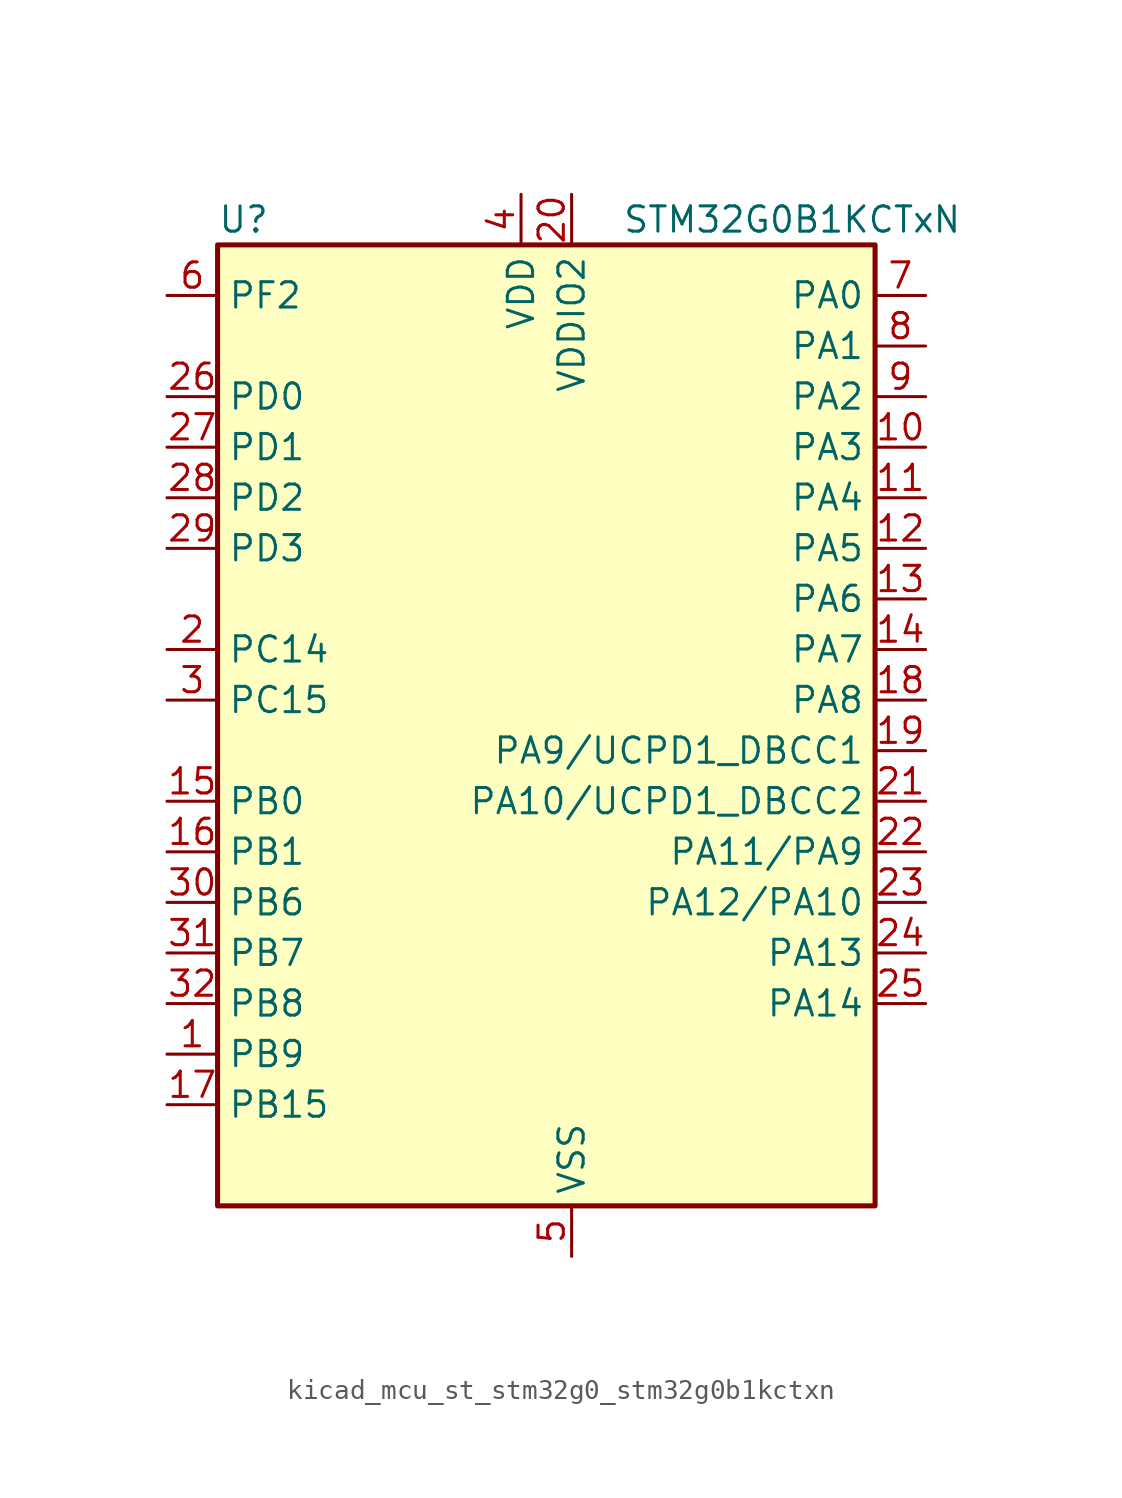
<source format=kicad_sym>
(kicad_symbol_lib
  (version 20220914)
  (generator kicad_symbol_editor)
  (symbol "kicad_mcu_st_stm32g0_stm32g0b1kctxn"
    (property "Reference" "U"
      (at -15.24 26.67 0)
      (effects (font (size 1.27 1.27)) (justify left)))
    (property "Value" "STM32G0B1KCTxN"
      (at 5.08 26.67 0)
      (effects (font (size 1.27 1.27)) (justify left)))
    (property "ki_locked" ""
      (at 0 0 0)
      (effects (font (size 1.27 1.27))))
    (symbol "kicad_mcu_st_stm32g0_stm32g0b1kctxn_0_1"
      (rectangle (start -15.24 -22.86) (end 17.78 25.4) (stroke (width 0.254) (type default)) (fill (type background))))
    (symbol "kicad_mcu_st_stm32g0_stm32g0b1kctxn_1_1"
      (pin bidirectional line (at -17.78 -15.24 0) (length 2.54) (name "PB9" (effects (font (size 1.27 1.27)))) (number "1" (effects (font (size 1.27 1.27)))) (alternate "DAC1_EXTI9" bidirectional line) (alternate "FDCAN1_TX" bidirectional line) (alternate "I2C1_SDA" bidirectional line) (alternate "I2S2_WS" bidirectional line) (alternate "IR_OUT" bidirectional line) (alternate "SPI2_NSS" bidirectional line) (alternate "TIM17_CH1" bidirectional line) (alternate "TIM4_CH4" bidirectional line) (alternate "UCPD2_FRSTX1" bidirectional line) (alternate "UCPD2_FRSTX2" bidirectional line) (alternate "USART3_RX" bidirectional line) (alternate "USART6_RX" bidirectional line))
      (pin bidirectional line (at 20.32 15.24 180) (length 2.54) (name "PA3" (effects (font (size 1.27 1.27)))) (number "10" (effects (font (size 1.27 1.27)))) (alternate "ADC1_IN3" bidirectional line) (alternate "COMP2_INP" bidirectional line) (alternate "I2S2_MCK" bidirectional line) (alternate "LPUART1_RX" bidirectional line) (alternate "SPI2_MISO" bidirectional line) (alternate "TIM15_CH2" bidirectional line) (alternate "TIM2_CH4" bidirectional line) (alternate "UCPD2_FRSTX1" bidirectional line) (alternate "UCPD2_FRSTX2" bidirectional line) (alternate "USART2_RX" bidirectional line))
      (pin bidirectional line (at 20.32 12.7 180) (length 2.54) (name "PA4" (effects (font (size 1.27 1.27)))) (number "11" (effects (font (size 1.27 1.27)))) (alternate "ADC1_IN4" bidirectional line) (alternate "DAC1_OUT1" bidirectional line) (alternate "I2S1_WS" bidirectional line) (alternate "I2S2_SD" bidirectional line) (alternate "LPTIM2_OUT" bidirectional line) (alternate "RTC_OUT1" bidirectional line) (alternate "RTC_TAMP_IN1" bidirectional line) (alternate "RTC_TS" bidirectional line) (alternate "SPI1_NSS" bidirectional line) (alternate "SPI2_MOSI" bidirectional line) (alternate "SYS_WKUP2" bidirectional line) (alternate "TIM14_CH1" bidirectional line) (alternate "UCPD2_FRSTX1" bidirectional line) (alternate "UCPD2_FRSTX2" bidirectional line) (alternate "USART6_TX" bidirectional line) (alternate "USB_NOE" bidirectional line))
      (pin bidirectional line (at 20.32 10.16 180) (length 2.54) (name "PA5" (effects (font (size 1.27 1.27)))) (number "12" (effects (font (size 1.27 1.27)))) (alternate "ADC1_IN5" bidirectional line) (alternate "CEC" bidirectional line) (alternate "DAC1_OUT2" bidirectional line) (alternate "I2S1_CK" bidirectional line) (alternate "LPTIM2_ETR" bidirectional line) (alternate "SPI1_SCK" bidirectional line) (alternate "TIM2_CH1" bidirectional line) (alternate "TIM2_ETR" bidirectional line) (alternate "UCPD1_FRSTX1" bidirectional line) (alternate "UCPD1_FRSTX2" bidirectional line) (alternate "USART3_TX" bidirectional line) (alternate "USART6_RX" bidirectional line))
      (pin bidirectional line (at 20.32 7.62 180) (length 2.54) (name "PA6" (effects (font (size 1.27 1.27)))) (number "13" (effects (font (size 1.27 1.27)))) (alternate "ADC1_IN6" bidirectional line) (alternate "COMP1_OUT" bidirectional line) (alternate "I2C2_SDA" bidirectional line) (alternate "I2C3_SDA" bidirectional line) (alternate "I2S1_MCK" bidirectional line) (alternate "LPUART1_CTS" bidirectional line) (alternate "SPI1_MISO" bidirectional line) (alternate "TIM16_CH1" bidirectional line) (alternate "TIM1_BK" bidirectional line) (alternate "TIM3_CH1" bidirectional line) (alternate "USART3_CTS" bidirectional line) (alternate "USART3_NSS" bidirectional line) (alternate "USART6_CTS" bidirectional line) (alternate "USART6_NSS" bidirectional line))
      (pin bidirectional line (at 20.32 5.08 180) (length 2.54) (name "PA7" (effects (font (size 1.27 1.27)))) (number "14" (effects (font (size 1.27 1.27)))) (alternate "ADC1_IN7" bidirectional line) (alternate "COMP2_OUT" bidirectional line) (alternate "I2C2_SCL" bidirectional line) (alternate "I2C3_SCL" bidirectional line) (alternate "I2S1_SD" bidirectional line) (alternate "SPI1_MOSI" bidirectional line) (alternate "TIM14_CH1" bidirectional line) (alternate "TIM17_CH1" bidirectional line) (alternate "TIM1_CH1N" bidirectional line) (alternate "TIM3_CH2" bidirectional line) (alternate "UCPD1_FRSTX1" bidirectional line) (alternate "UCPD1_FRSTX2" bidirectional line) (alternate "USART6_CK" bidirectional line) (alternate "USART6_DE" bidirectional line) (alternate "USART6_RTS" bidirectional line))
      (pin bidirectional line (at -17.78 -2.54 0) (length 2.54) (name "PB0" (effects (font (size 1.27 1.27)))) (number "15" (effects (font (size 1.27 1.27)))) (alternate "ADC1_IN8" bidirectional line) (alternate "COMP1_OUT" bidirectional line) (alternate "COMP3_INP" bidirectional line) (alternate "FDCAN2_RX" bidirectional line) (alternate "I2S1_WS" bidirectional line) (alternate "LPTIM1_OUT" bidirectional line) (alternate "LPUART2_CTS" bidirectional line) (alternate "SPI1_NSS" bidirectional line) (alternate "TIM1_CH2N" bidirectional line) (alternate "TIM3_CH3" bidirectional line) (alternate "UCPD1_FRSTX1" bidirectional line) (alternate "UCPD1_FRSTX2" bidirectional line) (alternate "USART3_RX" bidirectional line) (alternate "USART5_TX" bidirectional line))
      (pin bidirectional line (at -17.78 -5.08 0) (length 2.54) (name "PB1" (effects (font (size 1.27 1.27)))) (number "16" (effects (font (size 1.27 1.27)))) (alternate "ADC1_IN9" bidirectional line) (alternate "COMP1_INM" bidirectional line) (alternate "COMP3_OUT" bidirectional line) (alternate "FDCAN2_TX" bidirectional line) (alternate "LPTIM2_IN1" bidirectional line) (alternate "LPUART1_DE" bidirectional line) (alternate "LPUART1_RTS" bidirectional line) (alternate "LPUART2_DE" bidirectional line) (alternate "LPUART2_RTS" bidirectional line) (alternate "TIM14_CH1" bidirectional line) (alternate "TIM1_CH3N" bidirectional line) (alternate "TIM3_CH4" bidirectional line) (alternate "USART3_CK" bidirectional line) (alternate "USART3_DE" bidirectional line) (alternate "USART3_RTS" bidirectional line) (alternate "USART5_RX" bidirectional line))
      (pin bidirectional line (at -17.78 -17.78 0) (length 2.54) (name "PB15" (effects (font (size 1.27 1.27)))) (number "17" (effects (font (size 1.27 1.27)))) (alternate "I2S2_SD" bidirectional line) (alternate "RTC_REFIN" bidirectional line) (alternate "SPI2_MOSI" bidirectional line) (alternate "TIM15_CH1N" bidirectional line) (alternate "TIM15_CH2" bidirectional line) (alternate "TIM1_CH3N" bidirectional line) (alternate "UCPD1_CC2" bidirectional line) (alternate "USART6_CTS" bidirectional line) (alternate "USART6_NSS" bidirectional line))
      (pin bidirectional line (at 20.32 2.54 180) (length 2.54) (name "PA8" (effects (font (size 1.27 1.27)))) (number "18" (effects (font (size 1.27 1.27)))) (alternate "CRS1_SYNC" bidirectional line) (alternate "I2C2_SMBA" bidirectional line) (alternate "I2S2_WS" bidirectional line) (alternate "LPTIM2_OUT" bidirectional line) (alternate "RCC_MCO" bidirectional line) (alternate "SPI2_NSS" bidirectional line) (alternate "TIM1_CH1" bidirectional line) (alternate "UCPD1_CC1" bidirectional line))
      (pin bidirectional line (at 20.32 0 180) (length 2.54) (name "PA9/UCPD1_DBCC1" (effects (font (size 1.27 1.27)))) (number "19" (effects (font (size 1.27 1.27)))) (alternate "DAC1_EXTI9" bidirectional line) (alternate "I2C1_SCL" bidirectional line) (alternate "I2C2_SCL" bidirectional line) (alternate "I2S2_MCK" bidirectional line) (alternate "RCC_MCO" bidirectional line) (alternate "SPI2_MISO" bidirectional line) (alternate "TIM15_BK" bidirectional line) (alternate "TIM1_CH2" bidirectional line) (alternate "UCPD1_DBCC1" bidirectional line) (alternate "USART1_TX" bidirectional line))
      (pin bidirectional line (at -17.78 5.08 0) (length 2.54) (name "PC14" (effects (font (size 1.27 1.27)))) (number "2" (effects (font (size 1.27 1.27)))) (alternate "RCC_OSC32_IN" bidirectional line) (alternate "RCC_OSC_IN" bidirectional line) (alternate "TIM1_BK2" bidirectional line))
      (pin power_in line (at 2.54 27.94 270) (length 2.54) (name "VDDIO2" (effects (font (size 1.27 1.27)))) (number "20" (effects (font (size 1.27 1.27)))))
      (pin bidirectional line (at 20.32 -2.54 180) (length 2.54) (name "PA10/UCPD1_DBCC2" (effects (font (size 1.27 1.27)))) (number "21" (effects (font (size 1.27 1.27)))) (alternate "I2C1_SDA" bidirectional line) (alternate "I2C2_SDA" bidirectional line) (alternate "I2S2_SD" bidirectional line) (alternate "RCC_MCO_2" bidirectional line) (alternate "SPI2_MOSI" bidirectional line) (alternate "TIM17_BK" bidirectional line) (alternate "TIM1_CH3" bidirectional line) (alternate "UCPD1_DBCC2" bidirectional line) (alternate "USART1_RX" bidirectional line))
      (pin bidirectional line (at 20.32 -5.08 180) (length 2.54) (name "PA11/PA9" (effects (font (size 1.27 1.27)))) (number "22" (effects (font (size 1.27 1.27)))) (alternate "ADC1_EXTI11" bidirectional line) (alternate "COMP1_OUT" bidirectional line) (alternate "FDCAN1_RX" bidirectional line) (alternate "I2C2_SCL" bidirectional line) (alternate "I2S1_MCK" bidirectional line) (alternate "SPI1_MISO" bidirectional line) (alternate "TIM1_BK2" bidirectional line) (alternate "TIM1_CH4" bidirectional line) (alternate "USART1_CTS" bidirectional line) (alternate "USART1_NSS" bidirectional line) (alternate "USB_DM" bidirectional line))
      (pin bidirectional line (at 20.32 -7.62 180) (length 2.54) (name "PA12/PA10" (effects (font (size 1.27 1.27)))) (number "23" (effects (font (size 1.27 1.27)))) (alternate "COMP2_OUT" bidirectional line) (alternate "FDCAN1_TX" bidirectional line) (alternate "I2C2_SDA" bidirectional line) (alternate "I2S1_SD" bidirectional line) (alternate "I2S_CKIN" bidirectional line) (alternate "SPI1_MOSI" bidirectional line) (alternate "TIM1_ETR" bidirectional line) (alternate "USART1_CK" bidirectional line) (alternate "USART1_DE" bidirectional line) (alternate "USART1_RTS" bidirectional line) (alternate "USB_DP" bidirectional line))
      (pin bidirectional line (at 20.32 -10.16 180) (length 2.54) (name "PA13" (effects (font (size 1.27 1.27)))) (number "24" (effects (font (size 1.27 1.27)))) (alternate "IR_OUT" bidirectional line) (alternate "LPUART2_RX" bidirectional line) (alternate "SYS_SWDIO" bidirectional line) (alternate "USB_NOE" bidirectional line))
      (pin bidirectional line (at 20.32 -12.7 180) (length 2.54) (name "PA14" (effects (font (size 1.27 1.27)))) (number "25" (effects (font (size 1.27 1.27)))) (alternate "LPUART2_TX" bidirectional line) (alternate "SYS_SWCLK" bidirectional line) (alternate "USART2_TX" bidirectional line))
      (pin bidirectional line (at -17.78 17.78 0) (length 2.54) (name "PD0" (effects (font (size 1.27 1.27)))) (number "26" (effects (font (size 1.27 1.27)))) (alternate "FDCAN1_RX" bidirectional line) (alternate "I2S2_WS" bidirectional line) (alternate "SPI2_NSS" bidirectional line) (alternate "TIM16_CH1" bidirectional line) (alternate "UCPD2_CC1" bidirectional line))
      (pin bidirectional line (at -17.78 15.24 0) (length 2.54) (name "PD1" (effects (font (size 1.27 1.27)))) (number "27" (effects (font (size 1.27 1.27)))) (alternate "FDCAN1_TX" bidirectional line) (alternate "I2S2_CK" bidirectional line) (alternate "SPI2_SCK" bidirectional line) (alternate "TIM17_CH1" bidirectional line) (alternate "UCPD2_DBCC1" bidirectional line))
      (pin bidirectional line (at -17.78 12.7 0) (length 2.54) (name "PD2" (effects (font (size 1.27 1.27)))) (number "28" (effects (font (size 1.27 1.27)))) (alternate "TIM1_CH1N" bidirectional line) (alternate "TIM3_ETR" bidirectional line) (alternate "UCPD2_CC2" bidirectional line) (alternate "USART3_CK" bidirectional line) (alternate "USART3_DE" bidirectional line) (alternate "USART3_RTS" bidirectional line) (alternate "USART5_RX" bidirectional line))
      (pin bidirectional line (at -17.78 10.16 0) (length 2.54) (name "PD3" (effects (font (size 1.27 1.27)))) (number "29" (effects (font (size 1.27 1.27)))) (alternate "I2S2_MCK" bidirectional line) (alternate "SPI2_MISO" bidirectional line) (alternate "TIM1_CH2N" bidirectional line) (alternate "UCPD2_DBCC2" bidirectional line) (alternate "USART2_CTS" bidirectional line) (alternate "USART2_NSS" bidirectional line) (alternate "USART5_TX" bidirectional line))
      (pin bidirectional line (at -17.78 2.54 0) (length 2.54) (name "PC15" (effects (font (size 1.27 1.27)))) (number "3" (effects (font (size 1.27 1.27)))) (alternate "RCC_OSC32_EN" bidirectional line) (alternate "RCC_OSC32_OUT" bidirectional line) (alternate "RCC_OSC_EN" bidirectional line) (alternate "TIM15_BK" bidirectional line))
      (pin bidirectional line (at -17.78 -7.62 0) (length 2.54) (name "PB6" (effects (font (size 1.27 1.27)))) (number "30" (effects (font (size 1.27 1.27)))) (alternate "COMP2_INP" bidirectional line) (alternate "FDCAN2_TX" bidirectional line) (alternate "I2C1_SCL" bidirectional line) (alternate "I2S2_MCK" bidirectional line) (alternate "LPTIM1_ETR" bidirectional line) (alternate "LPUART2_TX" bidirectional line) (alternate "SPI2_MISO" bidirectional line) (alternate "TIM16_CH1N" bidirectional line) (alternate "TIM1_CH3" bidirectional line) (alternate "TIM4_CH1" bidirectional line) (alternate "USART1_TX" bidirectional line) (alternate "USART5_CTS" bidirectional line) (alternate "USART5_NSS" bidirectional line))
      (pin bidirectional line (at -17.78 -10.16 0) (length 2.54) (name "PB7" (effects (font (size 1.27 1.27)))) (number "31" (effects (font (size 1.27 1.27)))) (alternate "COMP2_INM" bidirectional line) (alternate "I2C1_SDA" bidirectional line) (alternate "I2S2_SD" bidirectional line) (alternate "LPTIM1_IN2" bidirectional line) (alternate "LPUART2_RX" bidirectional line) (alternate "SPI2_MOSI" bidirectional line) (alternate "SYS_PVD_IN" bidirectional line) (alternate "TIM17_CH1N" bidirectional line) (alternate "TIM4_CH2" bidirectional line) (alternate "USART1_RX" bidirectional line) (alternate "USART4_CTS" bidirectional line) (alternate "USART4_NSS" bidirectional line))
      (pin bidirectional line (at -17.78 -12.7 0) (length 2.54) (name "PB8" (effects (font (size 1.27 1.27)))) (number "32" (effects (font (size 1.27 1.27)))) (alternate "CEC" bidirectional line) (alternate "FDCAN1_RX" bidirectional line) (alternate "I2C1_SCL" bidirectional line) (alternate "I2S2_CK" bidirectional line) (alternate "SPI2_SCK" bidirectional line) (alternate "TIM15_BK" bidirectional line) (alternate "TIM16_CH1" bidirectional line) (alternate "TIM4_CH3" bidirectional line) (alternate "USART3_TX" bidirectional line) (alternate "USART6_TX" bidirectional line))
      (pin power_in line (at 0 27.94 270) (length 2.54) (name "VDD" (effects (font (size 1.27 1.27)))) (number "4" (effects (font (size 1.27 1.27)))))
      (pin power_in line (at 2.54 -25.4 90) (length 2.54) (name "VSS" (effects (font (size 1.27 1.27)))) (number "5" (effects (font (size 1.27 1.27)))))
      (pin bidirectional line (at -17.78 22.86 0) (length 2.54) (name "PF2" (effects (font (size 1.27 1.27)))) (number "6" (effects (font (size 1.27 1.27)))) (alternate "LPUART2_DE" bidirectional line) (alternate "LPUART2_RTS" bidirectional line) (alternate "LPUART2_TX" bidirectional line) (alternate "RCC_MCO" bidirectional line))
      (pin bidirectional line (at 20.32 22.86 180) (length 2.54) (name "PA0" (effects (font (size 1.27 1.27)))) (number "7" (effects (font (size 1.27 1.27)))) (alternate "ADC1_IN0" bidirectional line) (alternate "COMP1_INM" bidirectional line) (alternate "COMP1_OUT" bidirectional line) (alternate "I2S2_CK" bidirectional line) (alternate "LPTIM1_OUT" bidirectional line) (alternate "RTC_TAMP_IN2" bidirectional line) (alternate "SPI2_SCK" bidirectional line) (alternate "SYS_WKUP1" bidirectional line) (alternate "TIM2_CH1" bidirectional line) (alternate "TIM2_ETR" bidirectional line) (alternate "UCPD2_FRSTX1" bidirectional line) (alternate "UCPD2_FRSTX2" bidirectional line) (alternate "USART2_CTS" bidirectional line) (alternate "USART2_NSS" bidirectional line) (alternate "USART4_TX" bidirectional line))
      (pin bidirectional line (at 20.32 20.32 180) (length 2.54) (name "PA1" (effects (font (size 1.27 1.27)))) (number "8" (effects (font (size 1.27 1.27)))) (alternate "ADC1_IN1" bidirectional line) (alternate "COMP1_INP" bidirectional line) (alternate "I2C1_SMBA" bidirectional line) (alternate "I2S1_CK" bidirectional line) (alternate "SPI1_SCK" bidirectional line) (alternate "TIM15_CH1N" bidirectional line) (alternate "TIM2_CH2" bidirectional line) (alternate "USART2_CK" bidirectional line) (alternate "USART2_DE" bidirectional line) (alternate "USART2_RTS" bidirectional line) (alternate "USART4_RX" bidirectional line))
      (pin bidirectional line (at 20.32 17.78 180) (length 2.54) (name "PA2" (effects (font (size 1.27 1.27)))) (number "9" (effects (font (size 1.27 1.27)))) (alternate "ADC1_IN2" bidirectional line) (alternate "COMP2_INM" bidirectional line) (alternate "COMP2_OUT" bidirectional line) (alternate "I2S1_SD" bidirectional line) (alternate "LPUART1_TX" bidirectional line) (alternate "RCC_LSCO" bidirectional line) (alternate "SPI1_MOSI" bidirectional line) (alternate "SYS_WKUP4" bidirectional line) (alternate "TIM15_CH1" bidirectional line) (alternate "TIM2_CH3" bidirectional line) (alternate "UCPD1_FRSTX1" bidirectional line) (alternate "UCPD1_FRSTX2" bidirectional line) (alternate "USART2_TX" bidirectional line)))))
</source>
